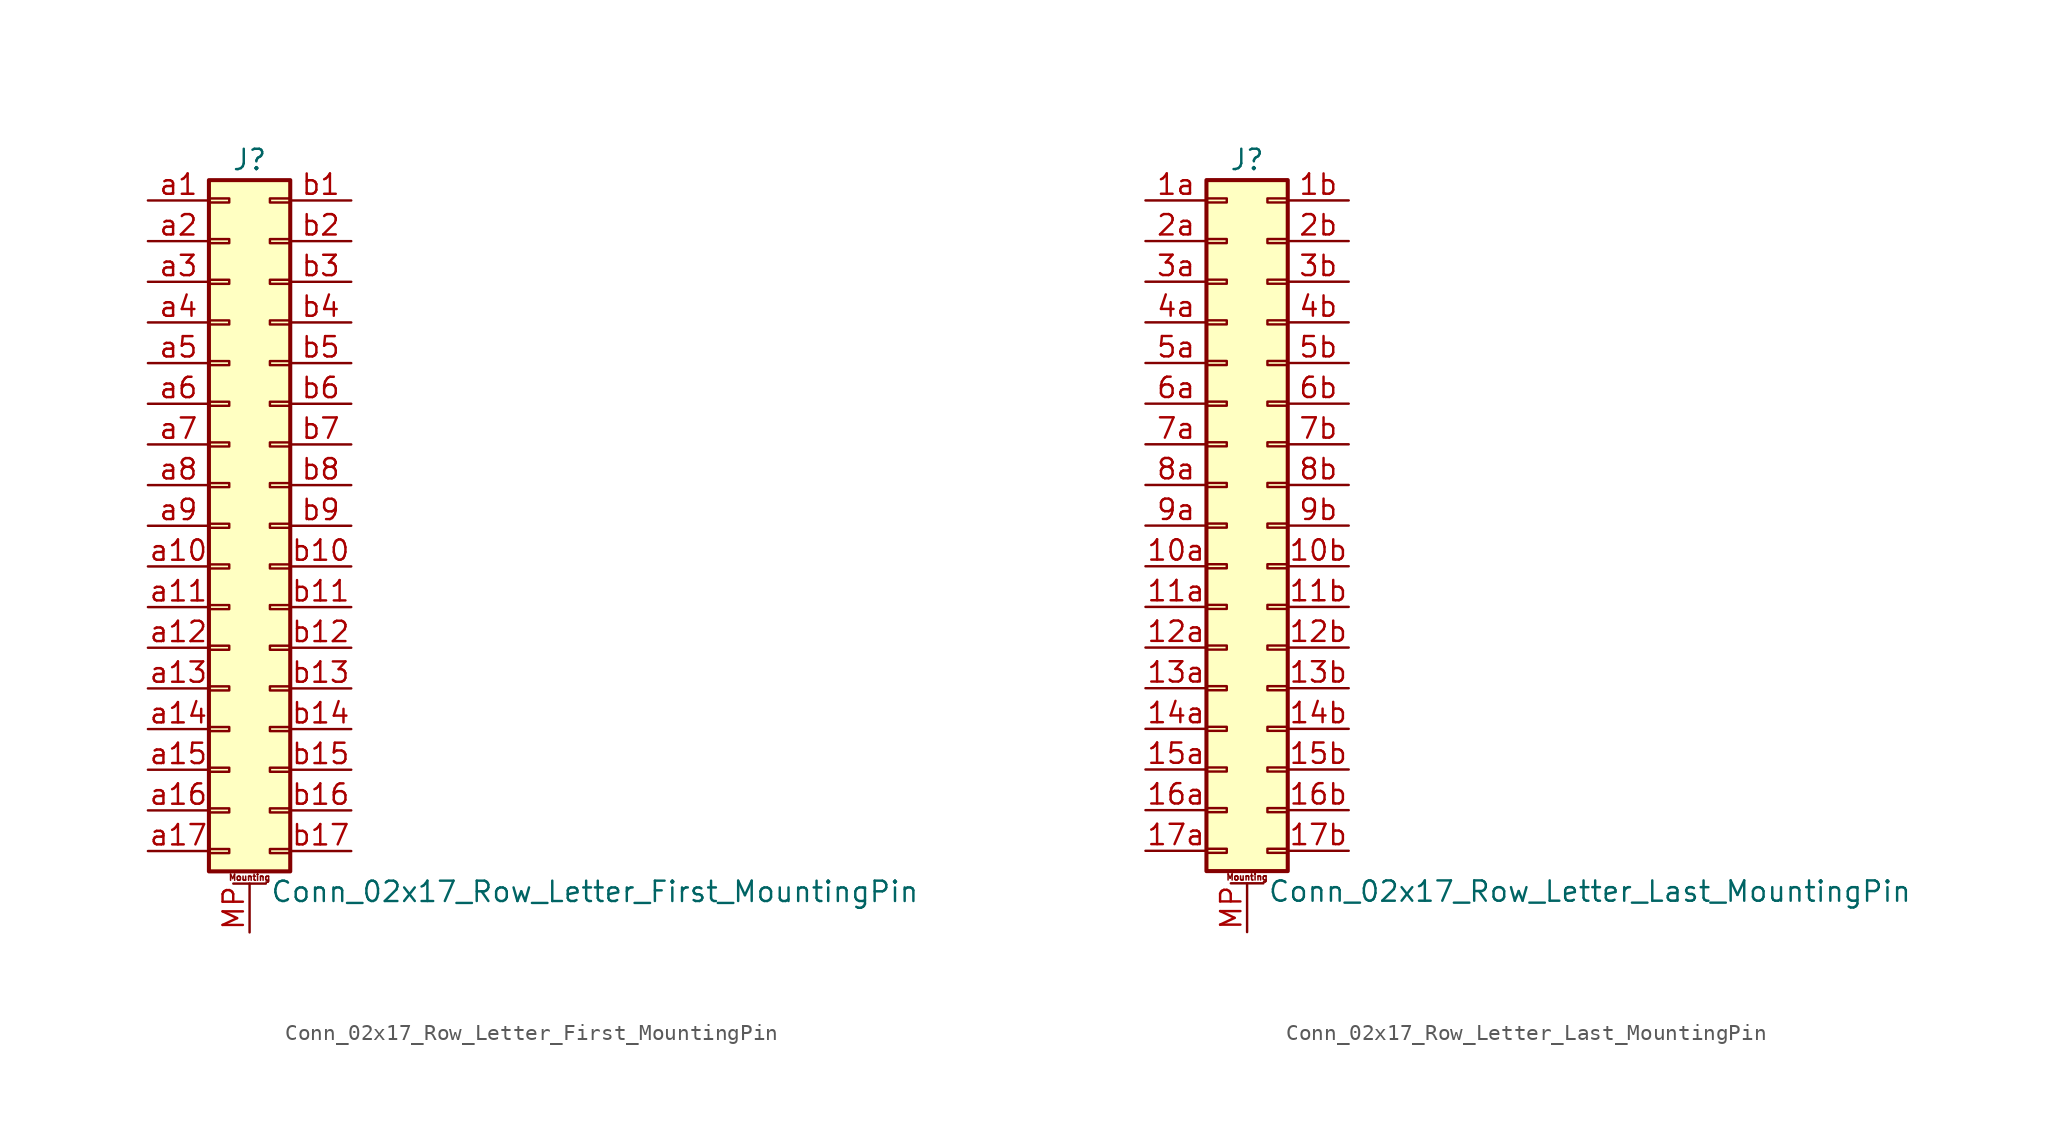
<source format=kicad_sym>
(kicad_symbol_lib
  (version 20201005)
  (generator kicad_symbol_editor)
  (symbol "Connector_Generic_MountingPin:Conn_02x17_Row_Letter_First_MountingPin"
    (pin_names
      (offset 1.016) hide)
    (property "Reference" "J"
      (at 1.27 22.86 0)
      (effects (font (size 1.27 1.27))))
    (property "Value" "Conn_02x17_Row_Letter_First_MountingPin"
      (at 2.54 -22.86 0)
      (effects (font (size 1.27 1.27)) (justify left)))
    (symbol "Conn_02x17_Row_Letter_First_MountingPin_1_1"
      (text "Mounting" (at 1.27 -21.971 0) (effects (font (size 0.381 0.381))))
      (rectangle (start -1.27 -4.953) (end 0 -5.207) (stroke (width 0.152)) (fill (type none)))
      (rectangle (start -1.27 -7.493) (end 0 -7.747) (stroke (width 0.152)) (fill (type none)))
      (rectangle (start -1.27 -10.033) (end 0 -10.287) (stroke (width 0.152)) (fill (type none)))
      (rectangle (start -1.27 -12.573) (end 0 -12.827) (stroke (width 0.152)) (fill (type none)))
      (rectangle (start -1.27 -15.113) (end 0 -15.367) (stroke (width 0.152)) (fill (type none)))
      (rectangle (start -1.27 -17.653) (end 0 -17.907) (stroke (width 0.152)) (fill (type none)))
      (rectangle (start -1.27 -20.193) (end 0 -20.447) (stroke (width 0.152)) (fill (type none)))
      (rectangle (start -1.27 -2.413) (end 0 -2.667) (stroke (width 0.152)) (fill (type none)))
      (rectangle (start -1.27 2.667) (end 0 2.413) (stroke (width 0.152)) (fill (type none)))
      (rectangle (start -1.27 5.207) (end 0 4.953) (stroke (width 0.152)) (fill (type none)))
      (rectangle (start -1.27 7.747) (end 0 7.493) (stroke (width 0.152)) (fill (type none)))
      (rectangle (start -1.27 10.287) (end 0 10.033) (stroke (width 0.152)) (fill (type none)))
      (rectangle (start -1.27 0.127) (end 0 -0.127) (stroke (width 0.152)) (fill (type none)))
      (rectangle (start -1.27 12.827) (end 0 12.573) (stroke (width 0.152)) (fill (type none)))
      (rectangle (start -1.27 15.367) (end 0 15.113) (stroke (width 0.152)) (fill (type none)))
      (rectangle (start -1.27 17.907) (end 0 17.653) (stroke (width 0.152)) (fill (type none)))
      (rectangle (start -1.27 20.447) (end 0 20.193) (stroke (width 0.152)) (fill (type none)))
      (rectangle (start -1.27 21.59) (end 3.81 -21.59) (stroke (width 0.254)) (fill (type background)))
      (rectangle (start 3.81 -4.953) (end 2.54 -5.207) (stroke (width 0.152)) (fill (type none)))
      (rectangle (start 3.81 -7.493) (end 2.54 -7.747) (stroke (width 0.152)) (fill (type none)))
      (rectangle (start 3.81 -10.033) (end 2.54 -10.287) (stroke (width 0.152)) (fill (type none)))
      (rectangle (start 3.81 -12.573) (end 2.54 -12.827) (stroke (width 0.152)) (fill (type none)))
      (rectangle (start 3.81 -15.113) (end 2.54 -15.367) (stroke (width 0.152)) (fill (type none)))
      (rectangle (start 3.81 -17.653) (end 2.54 -17.907) (stroke (width 0.152)) (fill (type none)))
      (rectangle (start 3.81 -20.193) (end 2.54 -20.447) (stroke (width 0.152)) (fill (type none)))
      (rectangle (start 3.81 -2.413) (end 2.54 -2.667) (stroke (width 0.152)) (fill (type none)))
      (rectangle (start 3.81 2.667) (end 2.54 2.413) (stroke (width 0.152)) (fill (type none)))
      (rectangle (start 3.81 5.207) (end 2.54 4.953) (stroke (width 0.152)) (fill (type none)))
      (rectangle (start 3.81 7.747) (end 2.54 7.493) (stroke (width 0.152)) (fill (type none)))
      (rectangle (start 3.81 10.287) (end 2.54 10.033) (stroke (width 0.152)) (fill (type none)))
      (rectangle (start 3.81 0.127) (end 2.54 -0.127) (stroke (width 0.152)) (fill (type none)))
      (rectangle (start 3.81 12.827) (end 2.54 12.573) (stroke (width 0.152)) (fill (type none)))
      (rectangle (start 3.81 15.367) (end 2.54 15.113) (stroke (width 0.152)) (fill (type none)))
      (rectangle (start 3.81 17.907) (end 2.54 17.653) (stroke (width 0.152)) (fill (type none)))
      (rectangle (start 3.81 20.447) (end 2.54 20.193) (stroke (width 0.152)) (fill (type none)))
      (polyline (pts (xy 0.254 -22.352) (xy 2.286 -22.352)) (stroke (width 0.152)) (fill (type none)))
      (pin passive line (at 1.27 -25.4 90) (length 3.048) (name "MountPin" (effects (font (size 1.27 1.27)))) (number "MP" (effects (font (size 1.27 1.27)))))
      (pin passive line (at -5.08 20.32 0) (length 3.81) (name "Pin_a1" (effects (font (size 1.27 1.27)))) (number "a1" (effects (font (size 1.27 1.27)))))
      (pin passive line (at -5.08 -2.54 0) (length 3.81) (name "Pin_a10" (effects (font (size 1.27 1.27)))) (number "a10" (effects (font (size 1.27 1.27)))))
      (pin passive line (at -5.08 -5.08 0) (length 3.81) (name "Pin_a11" (effects (font (size 1.27 1.27)))) (number "a11" (effects (font (size 1.27 1.27)))))
      (pin passive line (at -5.08 -7.62 0) (length 3.81) (name "Pin_a12" (effects (font (size 1.27 1.27)))) (number "a12" (effects (font (size 1.27 1.27)))))
      (pin passive line (at -5.08 -10.16 0) (length 3.81) (name "Pin_a13" (effects (font (size 1.27 1.27)))) (number "a13" (effects (font (size 1.27 1.27)))))
      (pin passive line (at -5.08 -12.7 0) (length 3.81) (name "Pin_a14" (effects (font (size 1.27 1.27)))) (number "a14" (effects (font (size 1.27 1.27)))))
      (pin passive line (at -5.08 -15.24 0) (length 3.81) (name "Pin_a15" (effects (font (size 1.27 1.27)))) (number "a15" (effects (font (size 1.27 1.27)))))
      (pin passive line (at -5.08 -17.78 0) (length 3.81) (name "Pin_a16" (effects (font (size 1.27 1.27)))) (number "a16" (effects (font (size 1.27 1.27)))))
      (pin passive line (at -5.08 -20.32 0) (length 3.81) (name "Pin_a17" (effects (font (size 1.27 1.27)))) (number "a17" (effects (font (size 1.27 1.27)))))
      (pin passive line (at -5.08 17.78 0) (length 3.81) (name "Pin_a2" (effects (font (size 1.27 1.27)))) (number "a2" (effects (font (size 1.27 1.27)))))
      (pin passive line (at -5.08 15.24 0) (length 3.81) (name "Pin_a3" (effects (font (size 1.27 1.27)))) (number "a3" (effects (font (size 1.27 1.27)))))
      (pin passive line (at -5.08 12.7 0) (length 3.81) (name "Pin_a4" (effects (font (size 1.27 1.27)))) (number "a4" (effects (font (size 1.27 1.27)))))
      (pin passive line (at -5.08 10.16 0) (length 3.81) (name "Pin_a5" (effects (font (size 1.27 1.27)))) (number "a5" (effects (font (size 1.27 1.27)))))
      (pin passive line (at -5.08 7.62 0) (length 3.81) (name "Pin_a6" (effects (font (size 1.27 1.27)))) (number "a6" (effects (font (size 1.27 1.27)))))
      (pin passive line (at -5.08 5.08 0) (length 3.81) (name "Pin_a7" (effects (font (size 1.27 1.27)))) (number "a7" (effects (font (size 1.27 1.27)))))
      (pin passive line (at -5.08 2.54 0) (length 3.81) (name "Pin_a8" (effects (font (size 1.27 1.27)))) (number "a8" (effects (font (size 1.27 1.27)))))
      (pin passive line (at -5.08 0 0) (length 3.81) (name "Pin_a9" (effects (font (size 1.27 1.27)))) (number "a9" (effects (font (size 1.27 1.27)))))
      (pin passive line (at 7.62 20.32 180) (length 3.81) (name "Pin_b1" (effects (font (size 1.27 1.27)))) (number "b1" (effects (font (size 1.27 1.27)))))
      (pin passive line (at 7.62 -2.54 180) (length 3.81) (name "Pin_b10" (effects (font (size 1.27 1.27)))) (number "b10" (effects (font (size 1.27 1.27)))))
      (pin passive line (at 7.62 -5.08 180) (length 3.81) (name "Pin_b11" (effects (font (size 1.27 1.27)))) (number "b11" (effects (font (size 1.27 1.27)))))
      (pin passive line (at 7.62 -7.62 180) (length 3.81) (name "Pin_b12" (effects (font (size 1.27 1.27)))) (number "b12" (effects (font (size 1.27 1.27)))))
      (pin passive line (at 7.62 -10.16 180) (length 3.81) (name "Pin_b13" (effects (font (size 1.27 1.27)))) (number "b13" (effects (font (size 1.27 1.27)))))
      (pin passive line (at 7.62 -12.7 180) (length 3.81) (name "Pin_b14" (effects (font (size 1.27 1.27)))) (number "b14" (effects (font (size 1.27 1.27)))))
      (pin passive line (at 7.62 -15.24 180) (length 3.81) (name "Pin_b15" (effects (font (size 1.27 1.27)))) (number "b15" (effects (font (size 1.27 1.27)))))
      (pin passive line (at 7.62 -17.78 180) (length 3.81) (name "Pin_b16" (effects (font (size 1.27 1.27)))) (number "b16" (effects (font (size 1.27 1.27)))))
      (pin passive line (at 7.62 -20.32 180) (length 3.81) (name "Pin_b17" (effects (font (size 1.27 1.27)))) (number "b17" (effects (font (size 1.27 1.27)))))
      (pin passive line (at 7.62 17.78 180) (length 3.81) (name "Pin_b2" (effects (font (size 1.27 1.27)))) (number "b2" (effects (font (size 1.27 1.27)))))
      (pin passive line (at 7.62 15.24 180) (length 3.81) (name "Pin_b3" (effects (font (size 1.27 1.27)))) (number "b3" (effects (font (size 1.27 1.27)))))
      (pin passive line (at 7.62 12.7 180) (length 3.81) (name "Pin_b4" (effects (font (size 1.27 1.27)))) (number "b4" (effects (font (size 1.27 1.27)))))
      (pin passive line (at 7.62 10.16 180) (length 3.81) (name "Pin_b5" (effects (font (size 1.27 1.27)))) (number "b5" (effects (font (size 1.27 1.27)))))
      (pin passive line (at 7.62 7.62 180) (length 3.81) (name "Pin_b6" (effects (font (size 1.27 1.27)))) (number "b6" (effects (font (size 1.27 1.27)))))
      (pin passive line (at 7.62 5.08 180) (length 3.81) (name "Pin_b7" (effects (font (size 1.27 1.27)))) (number "b7" (effects (font (size 1.27 1.27)))))
      (pin passive line (at 7.62 2.54 180) (length 3.81) (name "Pin_b8" (effects (font (size 1.27 1.27)))) (number "b8" (effects (font (size 1.27 1.27)))))
      (pin passive line (at 7.62 0 180) (length 3.81) (name "Pin_b9" (effects (font (size 1.27 1.27)))) (number "b9" (effects (font (size 1.27 1.27)))))))
  (symbol "Connector_Generic_MountingPin:Conn_02x17_Row_Letter_Last_MountingPin"
    (pin_names
      (offset 1.016) hide)
    (property "Reference" "J"
      (at 1.27 22.86 0)
      (effects (font (size 1.27 1.27))))
    (property "Value" "Conn_02x17_Row_Letter_Last_MountingPin"
      (at 2.54 -22.86 0)
      (effects (font (size 1.27 1.27)) (justify left)))
    (symbol "Conn_02x17_Row_Letter_Last_MountingPin_1_1"
      (text "Mounting" (at 1.27 -21.971 0) (effects (font (size 0.381 0.381))))
      (rectangle (start -1.27 -4.953) (end 0 -5.207) (stroke (width 0.152)) (fill (type none)))
      (rectangle (start -1.27 -7.493) (end 0 -7.747) (stroke (width 0.152)) (fill (type none)))
      (rectangle (start -1.27 -10.033) (end 0 -10.287) (stroke (width 0.152)) (fill (type none)))
      (rectangle (start -1.27 -12.573) (end 0 -12.827) (stroke (width 0.152)) (fill (type none)))
      (rectangle (start -1.27 -15.113) (end 0 -15.367) (stroke (width 0.152)) (fill (type none)))
      (rectangle (start -1.27 -17.653) (end 0 -17.907) (stroke (width 0.152)) (fill (type none)))
      (rectangle (start -1.27 -20.193) (end 0 -20.447) (stroke (width 0.152)) (fill (type none)))
      (rectangle (start -1.27 -2.413) (end 0 -2.667) (stroke (width 0.152)) (fill (type none)))
      (rectangle (start -1.27 2.667) (end 0 2.413) (stroke (width 0.152)) (fill (type none)))
      (rectangle (start -1.27 5.207) (end 0 4.953) (stroke (width 0.152)) (fill (type none)))
      (rectangle (start -1.27 7.747) (end 0 7.493) (stroke (width 0.152)) (fill (type none)))
      (rectangle (start -1.27 10.287) (end 0 10.033) (stroke (width 0.152)) (fill (type none)))
      (rectangle (start -1.27 0.127) (end 0 -0.127) (stroke (width 0.152)) (fill (type none)))
      (rectangle (start -1.27 12.827) (end 0 12.573) (stroke (width 0.152)) (fill (type none)))
      (rectangle (start -1.27 15.367) (end 0 15.113) (stroke (width 0.152)) (fill (type none)))
      (rectangle (start -1.27 17.907) (end 0 17.653) (stroke (width 0.152)) (fill (type none)))
      (rectangle (start -1.27 20.447) (end 0 20.193) (stroke (width 0.152)) (fill (type none)))
      (rectangle (start -1.27 21.59) (end 3.81 -21.59) (stroke (width 0.254)) (fill (type background)))
      (rectangle (start 3.81 -4.953) (end 2.54 -5.207) (stroke (width 0.152)) (fill (type none)))
      (rectangle (start 3.81 -7.493) (end 2.54 -7.747) (stroke (width 0.152)) (fill (type none)))
      (rectangle (start 3.81 -10.033) (end 2.54 -10.287) (stroke (width 0.152)) (fill (type none)))
      (rectangle (start 3.81 -12.573) (end 2.54 -12.827) (stroke (width 0.152)) (fill (type none)))
      (rectangle (start 3.81 -15.113) (end 2.54 -15.367) (stroke (width 0.152)) (fill (type none)))
      (rectangle (start 3.81 -17.653) (end 2.54 -17.907) (stroke (width 0.152)) (fill (type none)))
      (rectangle (start 3.81 -20.193) (end 2.54 -20.447) (stroke (width 0.152)) (fill (type none)))
      (rectangle (start 3.81 -2.413) (end 2.54 -2.667) (stroke (width 0.152)) (fill (type none)))
      (rectangle (start 3.81 2.667) (end 2.54 2.413) (stroke (width 0.152)) (fill (type none)))
      (rectangle (start 3.81 5.207) (end 2.54 4.953) (stroke (width 0.152)) (fill (type none)))
      (rectangle (start 3.81 7.747) (end 2.54 7.493) (stroke (width 0.152)) (fill (type none)))
      (rectangle (start 3.81 10.287) (end 2.54 10.033) (stroke (width 0.152)) (fill (type none)))
      (rectangle (start 3.81 0.127) (end 2.54 -0.127) (stroke (width 0.152)) (fill (type none)))
      (rectangle (start 3.81 12.827) (end 2.54 12.573) (stroke (width 0.152)) (fill (type none)))
      (rectangle (start 3.81 15.367) (end 2.54 15.113) (stroke (width 0.152)) (fill (type none)))
      (rectangle (start 3.81 17.907) (end 2.54 17.653) (stroke (width 0.152)) (fill (type none)))
      (rectangle (start 3.81 20.447) (end 2.54 20.193) (stroke (width 0.152)) (fill (type none)))
      (polyline (pts (xy 0.254 -22.352) (xy 2.286 -22.352)) (stroke (width 0.152)) (fill (type none)))
      (pin passive line (at 1.27 -25.4 90) (length 3.048) (name "MountPin" (effects (font (size 1.27 1.27)))) (number "MP" (effects (font (size 1.27 1.27)))))
      (pin passive line (at -5.08 -2.54 0) (length 3.81) (name "Pin_10a" (effects (font (size 1.27 1.27)))) (number "10a" (effects (font (size 1.27 1.27)))))
      (pin passive line (at 7.62 -2.54 180) (length 3.81) (name "Pin_10b" (effects (font (size 1.27 1.27)))) (number "10b" (effects (font (size 1.27 1.27)))))
      (pin passive line (at -5.08 -5.08 0) (length 3.81) (name "Pin_11a" (effects (font (size 1.27 1.27)))) (number "11a" (effects (font (size 1.27 1.27)))))
      (pin passive line (at 7.62 -5.08 180) (length 3.81) (name "Pin_11b" (effects (font (size 1.27 1.27)))) (number "11b" (effects (font (size 1.27 1.27)))))
      (pin passive line (at -5.08 -7.62 0) (length 3.81) (name "Pin_12a" (effects (font (size 1.27 1.27)))) (number "12a" (effects (font (size 1.27 1.27)))))
      (pin passive line (at 7.62 -7.62 180) (length 3.81) (name "Pin_12b" (effects (font (size 1.27 1.27)))) (number "12b" (effects (font (size 1.27 1.27)))))
      (pin passive line (at -5.08 -10.16 0) (length 3.81) (name "Pin_13a" (effects (font (size 1.27 1.27)))) (number "13a" (effects (font (size 1.27 1.27)))))
      (pin passive line (at 7.62 -10.16 180) (length 3.81) (name "Pin_13b" (effects (font (size 1.27 1.27)))) (number "13b" (effects (font (size 1.27 1.27)))))
      (pin passive line (at -5.08 -12.7 0) (length 3.81) (name "Pin_14a" (effects (font (size 1.27 1.27)))) (number "14a" (effects (font (size 1.27 1.27)))))
      (pin passive line (at 7.62 -12.7 180) (length 3.81) (name "Pin_14b" (effects (font (size 1.27 1.27)))) (number "14b" (effects (font (size 1.27 1.27)))))
      (pin passive line (at -5.08 -15.24 0) (length 3.81) (name "Pin_15a" (effects (font (size 1.27 1.27)))) (number "15a" (effects (font (size 1.27 1.27)))))
      (pin passive line (at 7.62 -15.24 180) (length 3.81) (name "Pin_15b" (effects (font (size 1.27 1.27)))) (number "15b" (effects (font (size 1.27 1.27)))))
      (pin passive line (at -5.08 -17.78 0) (length 3.81) (name "Pin_16a" (effects (font (size 1.27 1.27)))) (number "16a" (effects (font (size 1.27 1.27)))))
      (pin passive line (at 7.62 -17.78 180) (length 3.81) (name "Pin_16b" (effects (font (size 1.27 1.27)))) (number "16b" (effects (font (size 1.27 1.27)))))
      (pin passive line (at -5.08 -20.32 0) (length 3.81) (name "Pin_17a" (effects (font (size 1.27 1.27)))) (number "17a" (effects (font (size 1.27 1.27)))))
      (pin passive line (at 7.62 -20.32 180) (length 3.81) (name "Pin_17b" (effects (font (size 1.27 1.27)))) (number "17b" (effects (font (size 1.27 1.27)))))
      (pin passive line (at -5.08 20.32 0) (length 3.81) (name "Pin_1a" (effects (font (size 1.27 1.27)))) (number "1a" (effects (font (size 1.27 1.27)))))
      (pin passive line (at 7.62 20.32 180) (length 3.81) (name "Pin_1b" (effects (font (size 1.27 1.27)))) (number "1b" (effects (font (size 1.27 1.27)))))
      (pin passive line (at -5.08 17.78 0) (length 3.81) (name "Pin_2a" (effects (font (size 1.27 1.27)))) (number "2a" (effects (font (size 1.27 1.27)))))
      (pin passive line (at 7.62 17.78 180) (length 3.81) (name "Pin_2b" (effects (font (size 1.27 1.27)))) (number "2b" (effects (font (size 1.27 1.27)))))
      (pin passive line (at -5.08 15.24 0) (length 3.81) (name "Pin_3a" (effects (font (size 1.27 1.27)))) (number "3a" (effects (font (size 1.27 1.27)))))
      (pin passive line (at 7.62 15.24 180) (length 3.81) (name "Pin_3b" (effects (font (size 1.27 1.27)))) (number "3b" (effects (font (size 1.27 1.27)))))
      (pin passive line (at -5.08 12.7 0) (length 3.81) (name "Pin_4a" (effects (font (size 1.27 1.27)))) (number "4a" (effects (font (size 1.27 1.27)))))
      (pin passive line (at 7.62 12.7 180) (length 3.81) (name "Pin_4b" (effects (font (size 1.27 1.27)))) (number "4b" (effects (font (size 1.27 1.27)))))
      (pin passive line (at -5.08 10.16 0) (length 3.81) (name "Pin_5a" (effects (font (size 1.27 1.27)))) (number "5a" (effects (font (size 1.27 1.27)))))
      (pin passive line (at 7.62 10.16 180) (length 3.81) (name "Pin_5b" (effects (font (size 1.27 1.27)))) (number "5b" (effects (font (size 1.27 1.27)))))
      (pin passive line (at -5.08 7.62 0) (length 3.81) (name "Pin_6a" (effects (font (size 1.27 1.27)))) (number "6a" (effects (font (size 1.27 1.27)))))
      (pin passive line (at 7.62 7.62 180) (length 3.81) (name "Pin_6b" (effects (font (size 1.27 1.27)))) (number "6b" (effects (font (size 1.27 1.27)))))
      (pin passive line (at -5.08 5.08 0) (length 3.81) (name "Pin_7a" (effects (font (size 1.27 1.27)))) (number "7a" (effects (font (size 1.27 1.27)))))
      (pin passive line (at 7.62 5.08 180) (length 3.81) (name "Pin_7b" (effects (font (size 1.27 1.27)))) (number "7b" (effects (font (size 1.27 1.27)))))
      (pin passive line (at -5.08 2.54 0) (length 3.81) (name "Pin_8a" (effects (font (size 1.27 1.27)))) (number "8a" (effects (font (size 1.27 1.27)))))
      (pin passive line (at 7.62 2.54 180) (length 3.81) (name "Pin_8b" (effects (font (size 1.27 1.27)))) (number "8b" (effects (font (size 1.27 1.27)))))
      (pin passive line (at -5.08 0 0) (length 3.81) (name "Pin_9a" (effects (font (size 1.27 1.27)))) (number "9a" (effects (font (size 1.27 1.27)))))
      (pin passive line (at 7.62 0 180) (length 3.81) (name "Pin_9b" (effects (font (size 1.27 1.27)))) (number "9b" (effects (font (size 1.27 1.27))))))))
</source>
